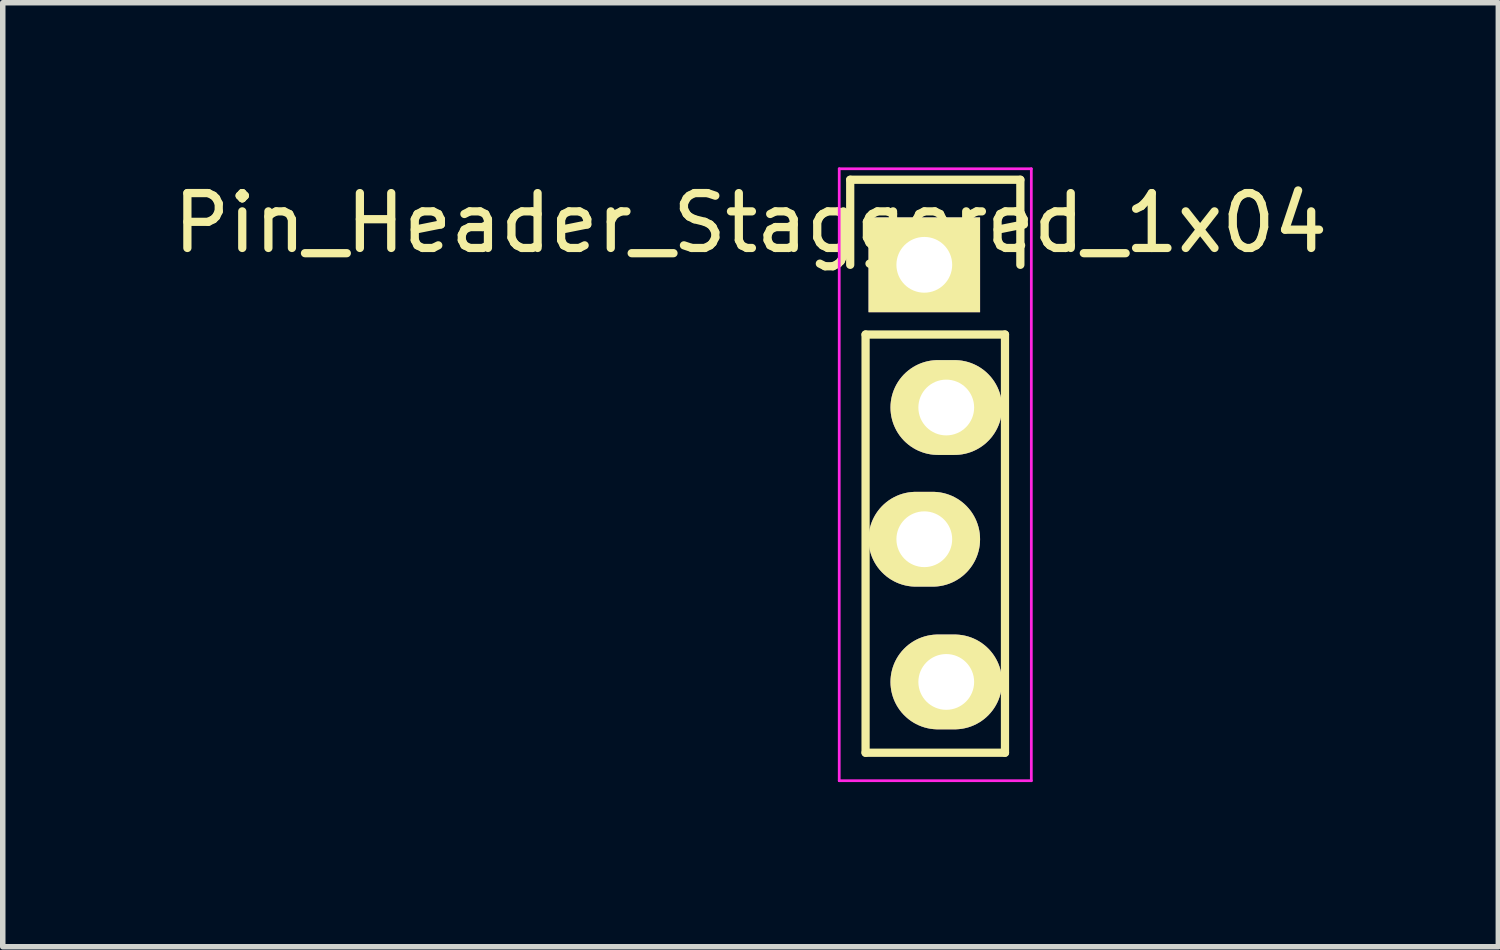
<source format=kicad_pcb>
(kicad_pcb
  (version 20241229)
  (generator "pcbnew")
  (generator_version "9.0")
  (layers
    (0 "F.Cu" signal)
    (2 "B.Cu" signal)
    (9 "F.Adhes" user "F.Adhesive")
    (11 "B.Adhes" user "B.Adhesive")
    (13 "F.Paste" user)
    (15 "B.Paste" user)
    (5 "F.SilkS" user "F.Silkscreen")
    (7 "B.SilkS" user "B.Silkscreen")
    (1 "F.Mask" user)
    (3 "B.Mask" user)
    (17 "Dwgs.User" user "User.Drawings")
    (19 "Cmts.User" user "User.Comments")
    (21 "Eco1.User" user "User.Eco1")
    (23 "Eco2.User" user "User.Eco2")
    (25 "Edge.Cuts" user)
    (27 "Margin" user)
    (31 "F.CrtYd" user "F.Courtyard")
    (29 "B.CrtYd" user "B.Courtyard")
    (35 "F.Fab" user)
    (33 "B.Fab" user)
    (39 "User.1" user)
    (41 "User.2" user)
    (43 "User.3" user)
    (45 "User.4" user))
  (footprint "Pin_Header_Staggered_1x04"
    (layer "F.Cu")
    (at 13.991 1.775)
    (property "Reference" "Pin_Header_Staggered_1x04" (at -3.365 -0.762 0) (layer "F.SilkS") (effects (font (size 1 1) (thickness 0.15))))
    (attr through_hole)
    (fp_line (start -1.55 -1.55) (end 1.55 -1.55) (stroke (width 0.15) (type solid)) (layer "F.SilkS"))
    (fp_line (start -1.55 0) (end -1.55 -1.55) (stroke (width 0.15) (type solid)) (layer "F.SilkS"))
    (fp_line (start -1.27 1.27) (end -1.27 8.89) (stroke (width 0.15) (type solid)) (layer "F.SilkS"))
    (fp_line (start -1.27 8.89) (end 1.27 8.89) (stroke (width 0.15) (type solid)) (layer "F.SilkS"))
    (fp_line (start 1.27 1.27) (end -1.27 1.27) (stroke (width 0.15) (type solid)) (layer "F.SilkS"))
    (fp_line (start 1.27 1.27) (end 1.27 8.89) (stroke (width 0.15) (type solid)) (layer "F.SilkS"))
    (fp_line (start 1.55 -1.55) (end 1.55 0) (stroke (width 0.15) (type solid)) (layer "F.SilkS"))
    (fp_line (start -1.75 -1.75) (end -1.75 9.4) (stroke (width 0.05) (type solid)) (layer "F.CrtYd"))
    (fp_line (start -1.75 -1.75) (end 1.75 -1.75) (stroke (width 0.05) (type solid)) (layer "F.CrtYd"))
    (fp_line (start -1.75 9.4) (end 1.75 9.4) (stroke (width 0.05) (type solid)) (layer "F.CrtYd"))
    (fp_line (start 1.75 -1.75) (end 1.75 9.4) (stroke (width 0.05) (type solid)) (layer "F.CrtYd"))
    (pad "1" thru_hole rect (at -0.2 0) (size 2.032 1.727) (drill 1.016) (layers "*.Cu" "*.Mask" "F.SilkS"))
    (pad "2" thru_hole oval (at 0.2 2.6) (size 2.032 1.727) (drill 1.016) (layers "*.Cu" "*.Mask" "F.SilkS"))
    (pad "3" thru_hole oval (at -0.2 5) (size 2.032 1.727) (drill 1.016) (layers "*.Cu" "*.Mask" "F.SilkS"))
    (pad "4" thru_hole oval (at 0.2 7.6) (size 2.032 1.727) (drill 1.016) (layers "*.Cu" "*.Mask" "F.SilkS")))
  (gr_rect
    (start -3 -3)
    (end 24.25 14.2)
    (stroke (width 0.1) (type default))
    (fill no)
    (layer "Edge.Cuts")))
</source>
